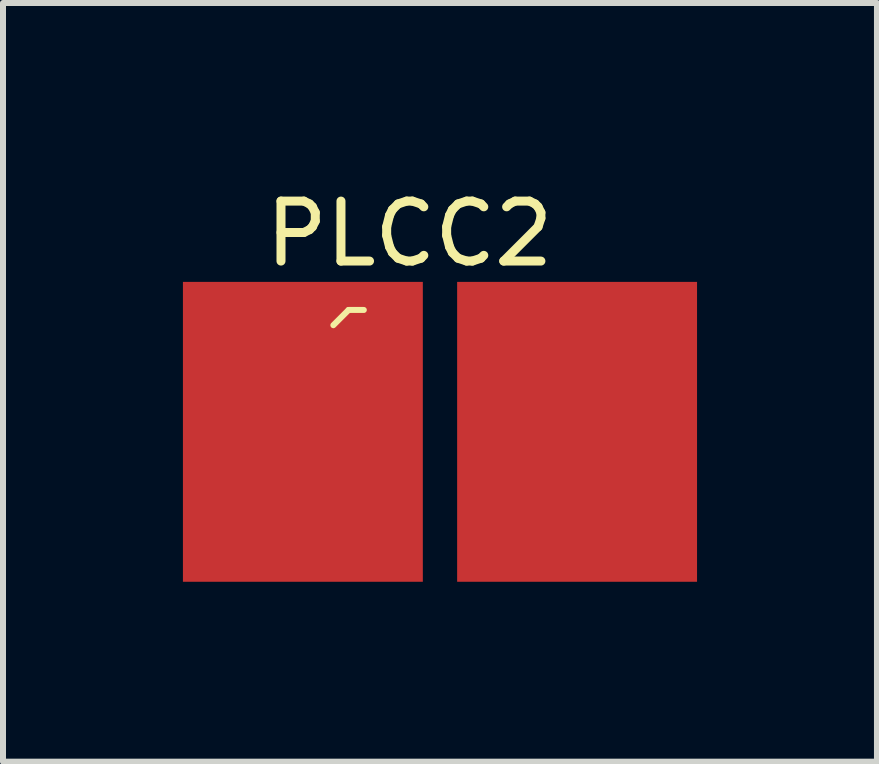
<source format=kicad_pcb>
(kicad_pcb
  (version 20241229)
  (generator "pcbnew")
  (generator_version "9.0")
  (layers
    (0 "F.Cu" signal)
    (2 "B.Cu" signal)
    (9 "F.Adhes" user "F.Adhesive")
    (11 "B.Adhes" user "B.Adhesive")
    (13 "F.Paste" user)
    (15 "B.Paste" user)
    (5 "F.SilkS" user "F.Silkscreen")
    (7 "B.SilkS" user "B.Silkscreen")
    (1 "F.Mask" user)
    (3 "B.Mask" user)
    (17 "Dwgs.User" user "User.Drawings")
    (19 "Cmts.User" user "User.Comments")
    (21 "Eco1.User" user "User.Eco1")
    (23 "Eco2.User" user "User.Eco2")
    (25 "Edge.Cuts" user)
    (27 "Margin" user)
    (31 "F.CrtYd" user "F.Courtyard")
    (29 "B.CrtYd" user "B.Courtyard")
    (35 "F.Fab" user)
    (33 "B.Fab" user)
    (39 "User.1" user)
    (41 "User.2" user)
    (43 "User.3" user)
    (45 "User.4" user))
  (footprint "PLCC2"
    (layer "F.Cu")
    (at 4.286 4.15)
    (property "Reference" "PLCC2" (at -0.508 -3.302 0) (layer "F.SilkS") (effects (font (size 1 1) (thickness 0.15))))
    (attr through_hole)
    (fp_line (start -1.524 -2.032) (end -1.778 -1.778) (stroke (width 0.1) (type solid)) (layer "F.SilkS"))
    (fp_line (start -1.27 -2.032) (end -1.524 -2.032) (stroke (width 0.1) (type solid)) (layer "F.SilkS"))
    (pad "1" smd rect (at -2.286 0) (size 4 5) (layers "F.Cu"))
    (pad "1" smd rect (at -1.524 0) (size 1.5 2.6) (layers "F.Cu" "F.Mask" "F.Paste"))
    (pad "2" smd rect (at 1.524 0) (size 1.5 2.6) (layers "F.Cu" "F.Mask" "F.Paste"))
    (pad "2" smd rect (at 2.286 0) (size 4 5) (layers "F.Cu")))
  (gr_rect
    (start -3 -3)
    (end 11.572 9.65)
    (stroke (width 0.1) (type default))
    (fill no)
    (layer "Edge.Cuts")))
</source>
